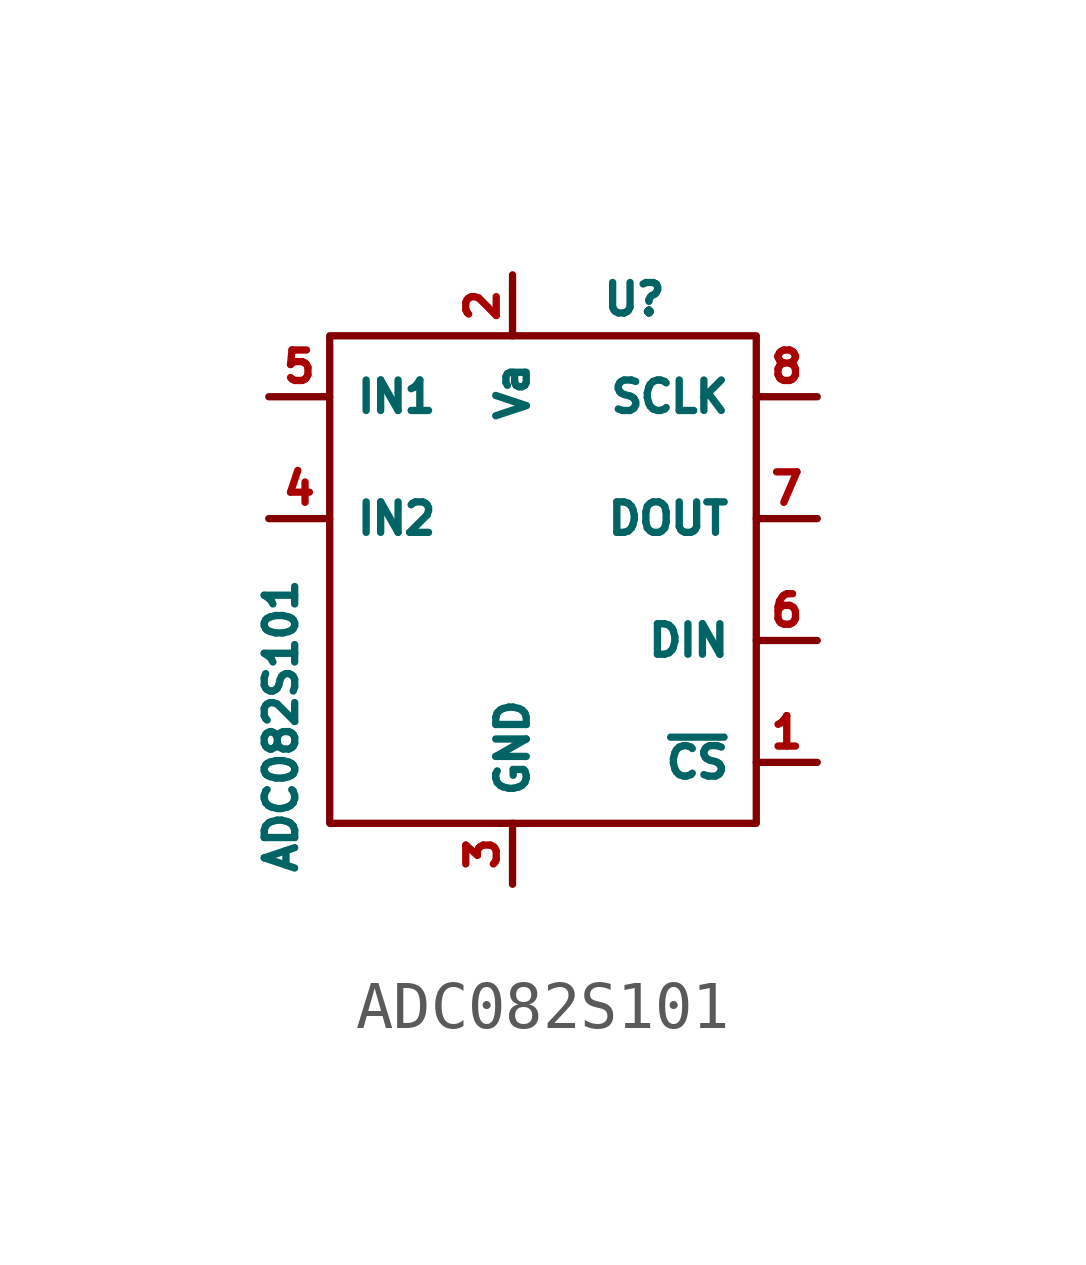
<source format=kicad_sym>
(kicad_symbol_lib
  (version 20241209)
  (generator "kicad_symbol_editor")
  (generator_version "9.0")
  (symbol "ADC082S101"
    (property "Reference" "U"
      (at 1.27 5.842 0)
      (effects (font (size 0.635 0.635))))
    (property "Value" "ADC082S101"
      (at -6.096 -3.048 90)
      (effects (font (size 0.635 0.635))))
    (symbol "ADC082S101_0_1"
      (rectangle (start -5.08 5.08) (end 3.81 -5.08) (stroke (width 0) (type default)) (fill (type none))))
    (symbol "ADC082S101_1_1"
      (pin input line (at -6.35 3.81 0) (length 1.27) (name "IN1" (effects (font (size 0.635 0.635)))) (number "5" (effects (font (size 0.635 0.635)))))
      (pin input line (at -6.35 1.27 0) (length 1.27) (name "IN2" (effects (font (size 0.635 0.635)))) (number "4" (effects (font (size 0.635 0.635)))))
      (pin power_in line (at -1.27 6.35 270) (length 1.27) (name "Va" (effects (font (size 0.635 0.635)))) (number "2" (effects (font (size 0.635 0.635)))))
      (pin power_in line (at -1.27 -6.35 90) (length 1.27) (name "GND" (effects (font (size 0.635 0.635)))) (number "3" (effects (font (size 0.635 0.635)))))
      (pin input line (at 5.08 3.81 180) (length 1.27) (name "SCLK" (effects (font (size 0.635 0.635)))) (number "8" (effects (font (size 0.635 0.635)))))
      (pin output line (at 5.08 1.27 180) (length 1.27) (name "DOUT" (effects (font (size 0.635 0.635)))) (number "7" (effects (font (size 0.635 0.635)))))
      (pin input line (at 5.08 -1.27 180) (length 1.27) (name "DIN" (effects (font (size 0.635 0.635)))) (number "6" (effects (font (size 0.635 0.635)))))
      (pin input line (at 5.08 -3.81 180) (length 1.27) (name "~{CS}" (effects (font (size 0.635 0.635)))) (number "1" (effects (font (size 0.635 0.635))))))))
</source>
